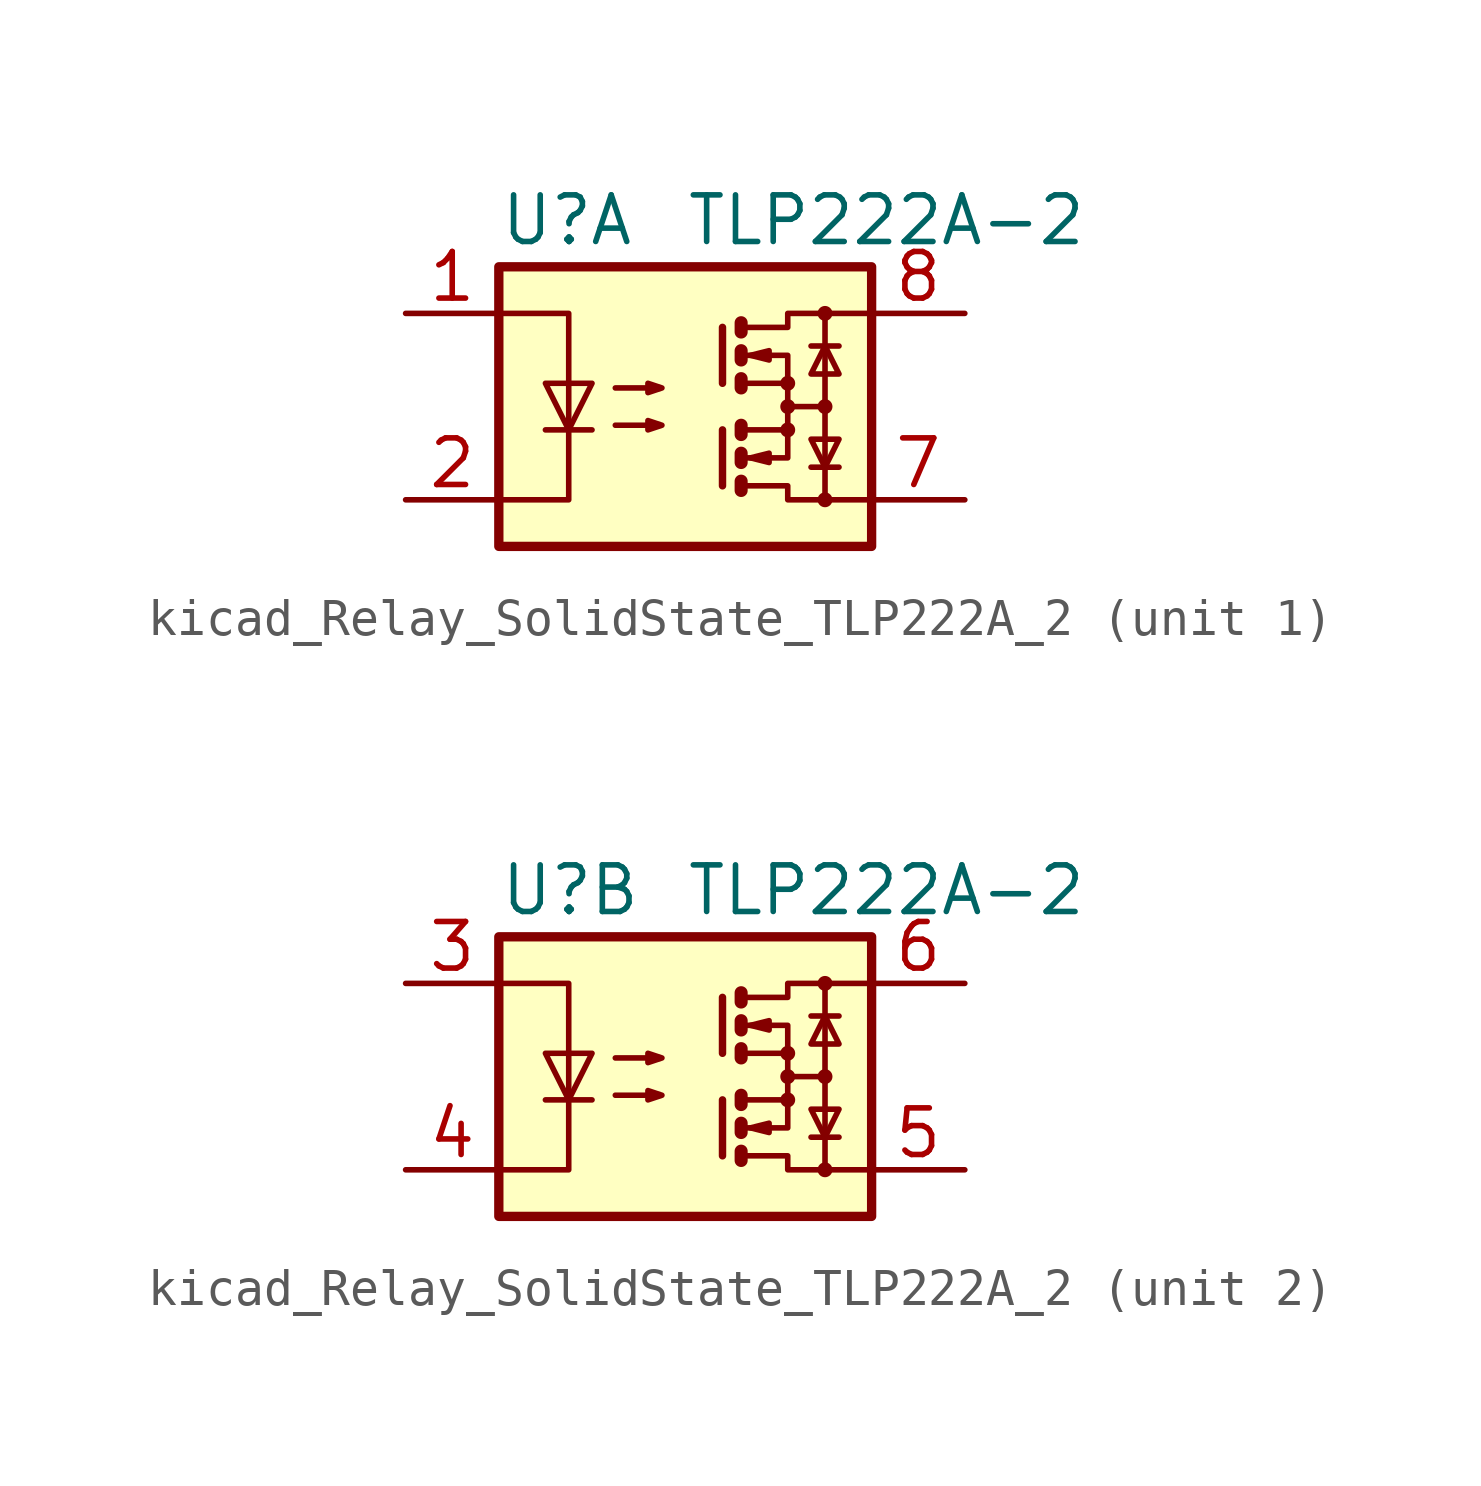
<source format=kicad_sym>
(kicad_symbol_lib
  (version 20220914)
  (generator kicad_symbol_editor)
  (symbol "kicad_Relay_SolidState_TLP222A_2"
    (property "Reference" "U"
      (at -5.08 5.08 0)
      (effects (font (size 1.27 1.27)) (justify left)))
    (property "Value" "TLP222A-2"
      (at 0 5.08 0)
      (effects (font (size 1.27 1.27)) (justify left)))
    (symbol "kicad_Relay_SolidState_TLP222A_2_0_1"
      (rectangle (start -5.08 3.81) (end 5.08 -3.81) (stroke (width 0.254) (type default)) (fill (type background)))
      (polyline (pts (xy -3.81 -0.635) (xy -2.54 -0.635)) (stroke (width 0) (type default)) (fill (type none)))
      (polyline (pts (xy 1.016 -0.635) (xy 1.016 -2.159)) (stroke (width 0.203) (type default)) (fill (type none)))
      (polyline (pts (xy 1.016 2.159) (xy 1.016 0.635)) (stroke (width 0.203) (type default)) (fill (type none)))
      (polyline (pts (xy 1.524 -0.508) (xy 1.524 -0.762)) (stroke (width 0.356) (type default)) (fill (type none)))
      (polyline (pts (xy 2.794 0) (xy 3.81 0)) (stroke (width 0) (type default)) (fill (type none)))
      (polyline (pts (xy 3.429 -1.651) (xy 4.191 -1.651)) (stroke (width 0) (type default)) (fill (type none)))
      (polyline (pts (xy 3.429 1.651) (xy 4.191 1.651)) (stroke (width 0) (type default)) (fill (type none)))
      (polyline (pts (xy 3.81 -2.54) (xy 3.81 2.54)) (stroke (width 0) (type default)) (fill (type none)))
      (polyline (pts (xy 1.524 -2.032) (xy 1.524 -2.286) (xy 1.524 -2.286)) (stroke (width 0.356) (type default)) (fill (type none)))
      (polyline (pts (xy 1.524 -1.27) (xy 1.524 -1.524) (xy 1.524 -1.524)) (stroke (width 0.356) (type default)) (fill (type none)))
      (polyline (pts (xy 1.524 0.762) (xy 1.524 0.508) (xy 1.524 0.508)) (stroke (width 0.356) (type default)) (fill (type none)))
      (polyline (pts (xy 1.524 1.524) (xy 1.524 1.27) (xy 1.524 1.27)) (stroke (width 0.356) (type default)) (fill (type none)))
      (polyline (pts (xy 1.524 2.286) (xy 1.524 2.032) (xy 1.524 2.032)) (stroke (width 0.356) (type default)) (fill (type none)))
      (polyline (pts (xy 1.651 -1.397) (xy 2.794 -1.397) (xy 2.794 -0.635)) (stroke (width 0) (type default)) (fill (type none)))
      (polyline (pts (xy 1.651 1.397) (xy 2.794 1.397) (xy 2.794 0.635)) (stroke (width 0) (type default)) (fill (type none)))
      (polyline (pts (xy -5.08 2.54) (xy -3.175 2.54) (xy -3.175 -2.54) (xy -5.08 -2.54)) (stroke (width 0) (type default)) (fill (type none)))
      (polyline (pts (xy -3.175 -0.635) (xy -3.81 0.635) (xy -2.54 0.635) (xy -3.175 -0.635)) (stroke (width 0) (type default)) (fill (type none)))
      (polyline (pts (xy 1.651 -2.159) (xy 2.794 -2.159) (xy 2.794 -2.54) (xy 5.08 -2.54)) (stroke (width 0) (type default)) (fill (type none)))
      (polyline (pts (xy 1.651 -0.635) (xy 2.794 -0.635) (xy 2.794 0.635) (xy 1.651 0.635)) (stroke (width 0) (type default)) (fill (type none)))
      (polyline (pts (xy 1.651 2.159) (xy 2.794 2.159) (xy 2.794 2.54) (xy 5.08 2.54)) (stroke (width 0) (type default)) (fill (type none)))
      (polyline (pts (xy 1.778 -1.397) (xy 2.286 -1.27) (xy 2.286 -1.524) (xy 1.778 -1.397)) (stroke (width 0) (type default)) (fill (type none)))
      (polyline (pts (xy 1.778 1.397) (xy 2.286 1.524) (xy 2.286 1.27) (xy 1.778 1.397)) (stroke (width 0) (type default)) (fill (type none)))
      (polyline (pts (xy 3.81 -1.651) (xy 3.429 -0.889) (xy 4.191 -0.889) (xy 3.81 -1.651)) (stroke (width 0) (type default)) (fill (type none)))
      (polyline (pts (xy 3.81 1.651) (xy 3.429 0.889) (xy 4.191 0.889) (xy 3.81 1.651)) (stroke (width 0) (type default)) (fill (type none)))
      (polyline (pts (xy -1.905 -0.508) (xy -0.635 -0.508) (xy -1.016 -0.635) (xy -1.016 -0.381) (xy -0.635 -0.508)) (stroke (width 0) (type default)) (fill (type none)))
      (polyline (pts (xy -1.905 0.508) (xy -0.635 0.508) (xy -1.016 0.381) (xy -1.016 0.635) (xy -0.635 0.508)) (stroke (width 0) (type default)) (fill (type none)))
      (circle (center 2.794 -0.635) (radius 0.127) (stroke (width 0) (type default)) (fill (type none)))
      (circle (center 2.794 0) (radius 0.127) (stroke (width 0) (type default)) (fill (type none)))
      (circle (center 2.794 0.635) (radius 0.127) (stroke (width 0) (type default)) (fill (type none)))
      (circle (center 3.81 -2.54) (radius 0.127) (stroke (width 0) (type default)) (fill (type none)))
      (circle (center 3.81 0) (radius 0.127) (stroke (width 0) (type default)) (fill (type none)))
      (circle (center 3.81 2.54) (radius 0.127) (stroke (width 0) (type default)) (fill (type none))))
    (symbol "kicad_Relay_SolidState_TLP222A_2_1_1"
      (pin passive line (at -7.62 2.54 0) (length 2.54) (name "~" (effects (font (size 1.27 1.27)))) (number "1" (effects (font (size 1.27 1.27)))))
      (pin passive line (at -7.62 -2.54 0) (length 2.54) (name "~" (effects (font (size 1.27 1.27)))) (number "2" (effects (font (size 1.27 1.27)))))
      (pin passive line (at 7.62 -2.54 180) (length 2.54) (name "~" (effects (font (size 1.27 1.27)))) (number "7" (effects (font (size 1.27 1.27)))))
      (pin passive line (at 7.62 2.54 180) (length 2.54) (name "~" (effects (font (size 1.27 1.27)))) (number "8" (effects (font (size 1.27 1.27))))))
    (symbol "kicad_Relay_SolidState_TLP222A_2_2_1"
      (pin passive line (at -7.62 2.54 0) (length 2.54) (name "~" (effects (font (size 1.27 1.27)))) (number "3" (effects (font (size 1.27 1.27)))))
      (pin passive line (at -7.62 -2.54 0) (length 2.54) (name "~" (effects (font (size 1.27 1.27)))) (number "4" (effects (font (size 1.27 1.27)))))
      (pin passive line (at 7.62 -2.54 180) (length 2.54) (name "~" (effects (font (size 1.27 1.27)))) (number "5" (effects (font (size 1.27 1.27)))))
      (pin passive line (at 7.62 2.54 180) (length 2.54) (name "~" (effects (font (size 1.27 1.27)))) (number "6" (effects (font (size 1.27 1.27))))))))
</source>
